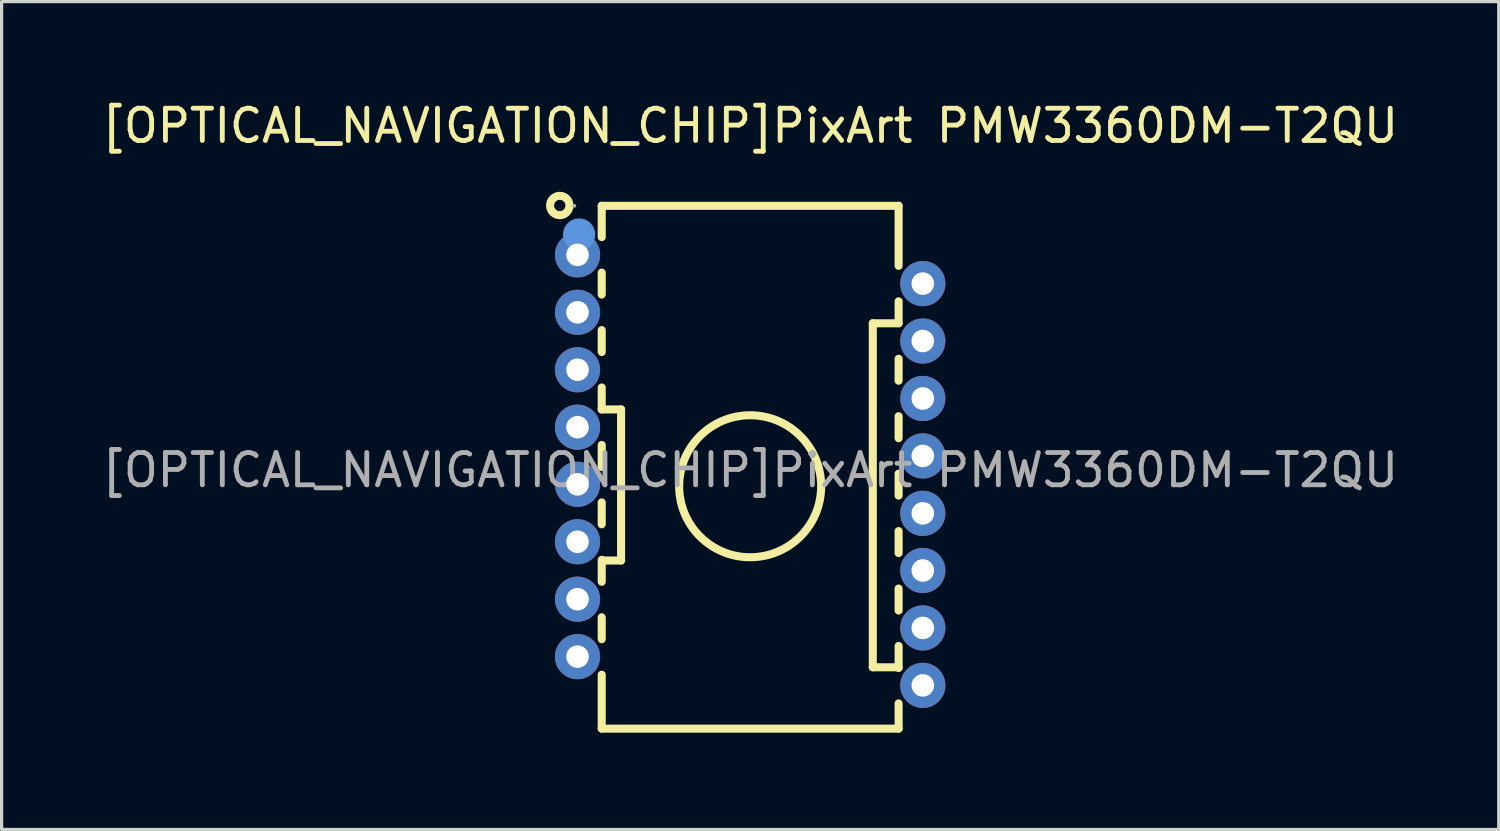
<source format=kicad_pcb>
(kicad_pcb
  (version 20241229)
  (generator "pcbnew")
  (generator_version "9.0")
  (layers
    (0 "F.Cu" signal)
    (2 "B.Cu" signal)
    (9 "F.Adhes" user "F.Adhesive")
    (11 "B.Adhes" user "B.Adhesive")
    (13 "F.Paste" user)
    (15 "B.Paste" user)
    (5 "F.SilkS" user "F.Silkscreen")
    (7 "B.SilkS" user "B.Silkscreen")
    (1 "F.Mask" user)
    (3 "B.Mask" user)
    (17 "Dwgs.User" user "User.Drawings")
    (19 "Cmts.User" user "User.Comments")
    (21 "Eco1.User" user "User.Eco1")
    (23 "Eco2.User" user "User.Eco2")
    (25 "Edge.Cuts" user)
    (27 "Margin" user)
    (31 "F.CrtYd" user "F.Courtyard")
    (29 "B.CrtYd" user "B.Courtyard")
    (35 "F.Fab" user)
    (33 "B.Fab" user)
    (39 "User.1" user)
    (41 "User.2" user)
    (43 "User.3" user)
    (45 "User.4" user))
  (footprint "[OPTICAL_NAVIGATION_CHIP]PixArt PMW3360DM-T2QU"
    (layer "F.Cu")
    (at 20.196 11.518)
    (property "Reference" "[OPTICAL_NAVIGATION_CHIP]PixArt PMW3360DM-T2QU" (at 0 -10.67 0) (layer "F.SilkS") (effects (font (size 1 1) (thickness 0.15))))
    (attr smd)
    (fp_line (start -4.6 -8.19) (end -4.6 -7.22) (stroke (width 0.25) (type solid)) (layer "F.SilkS"))
    (fp_line (start -4.6 -6.12) (end -4.6 -5.44) (stroke (width 0.25) (type solid)) (layer "F.SilkS"))
    (fp_line (start -4.6 -4.34) (end -4.6 -3.66) (stroke (width 0.25) (type solid)) (layer "F.SilkS"))
    (fp_line (start -4.6 -2.56) (end -4.6 -1.88) (stroke (width 0.25) (type solid)) (layer "F.SilkS"))
    (fp_line (start -4.6 -1.88) (end -4 -1.88) (stroke (width 0.25) (type solid)) (layer "F.SilkS"))
    (fp_line (start -4.6 -0.78) (end -4.6 -0.1) (stroke (width 0.25) (type solid)) (layer "F.SilkS"))
    (fp_line (start -4.6 1) (end -4.6 1.68) (stroke (width 0.25) (type solid)) (layer "F.SilkS"))
    (fp_line (start -4.6 2.78) (end -4.6 3.46) (stroke (width 0.25) (type solid)) (layer "F.SilkS"))
    (fp_line (start -4.6 4.56) (end -4.6 5.24) (stroke (width 0.25) (type solid)) (layer "F.SilkS"))
    (fp_line (start -4.6 6.34) (end -4.6 8.01) (stroke (width 0.25) (type solid)) (layer "F.SilkS"))
    (fp_line (start -4.6 8.01) (end 4.6 8.01) (stroke (width 0.25) (type solid)) (layer "F.SilkS"))
    (fp_line (start -4 -1.88) (end -4 2.8) (stroke (width 0.25) (type solid)) (layer "F.SilkS"))
    (fp_line (start -4 2.8) (end -4.58 2.8) (stroke (width 0.25) (type solid)) (layer "F.SilkS"))
    (fp_line (start 3.8 -4.55) (end 3.8 6.11) (stroke (width 0.25) (type solid)) (layer "F.SilkS"))
    (fp_line (start 3.8 6.11) (end 4.6 6.11) (stroke (width 0.25) (type solid)) (layer "F.SilkS"))
    (fp_line (start 4.6 -8.19) (end -4.6 -8.19) (stroke (width 0.25) (type solid)) (layer "F.SilkS"))
    (fp_line (start 4.6 -6.33) (end 4.6 -8.19) (stroke (width 0.25) (type solid)) (layer "F.SilkS"))
    (fp_line (start 4.6 -4.55) (end 3.8 -4.55) (stroke (width 0.25) (type solid)) (layer "F.SilkS"))
    (fp_line (start 4.6 -4.55) (end 4.6 -5.23) (stroke (width 0.25) (type solid)) (layer "F.SilkS"))
    (fp_line (start 4.6 -2.77) (end 4.6 -3.45) (stroke (width 0.25) (type solid)) (layer "F.SilkS"))
    (fp_line (start 4.6 -0.99) (end 4.6 -1.67) (stroke (width 0.25) (type solid)) (layer "F.SilkS"))
    (fp_line (start 4.6 0.79) (end 4.6 0.11) (stroke (width 0.25) (type solid)) (layer "F.SilkS"))
    (fp_line (start 4.6 2.57) (end 4.6 1.89) (stroke (width 0.25) (type solid)) (layer "F.SilkS"))
    (fp_line (start 4.6 4.35) (end 4.6 3.67) (stroke (width 0.25) (type solid)) (layer "F.SilkS"))
    (fp_line (start 4.6 6.13) (end 4.6 5.45) (stroke (width 0.25) (type solid)) (layer "F.SilkS"))
    (fp_line (start 4.6 8.01) (end 4.6 7.23) (stroke (width 0.25) (type solid)) (layer "F.SilkS"))
    (fp_circle (center -5.9 -8.2) (end -5.6 -8.2) (stroke (width 0.25) (type solid)) (fill no) (layer "F.SilkS"))
    (fp_circle (center 0 0.5) (end 2.2 0.5) (stroke (width 0.25) (type solid)) (fill no) (layer "F.SilkS"))
    (fp_circle (center -5.3 -7.3) (end -5.05 -7.3) (stroke (width 0.5) (type solid)) (fill no) (layer "Cmts.User"))
    (fp_circle (center -5.45 -8.19) (end -5.42 -8.19) (stroke (width 0.06) (type solid)) (fill no) (layer "F.Fab"))
    (fp_text user "${REFERENCE}" (at 0 0 0) (layer "F.Fab") (effects (font (size 1 1) (thickness 0.15))))
    (pad "1" thru_hole circle (at -5.35 -6.67) (size 1.4 1.4) (drill 0.7) (layers "*.Cu" "*.Mask"))
    (pad "2" thru_hole circle (at -5.35 -4.89) (size 1.4 1.4) (drill 0.7) (layers "*.Cu" "*.Mask"))
    (pad "3" thru_hole circle (at -5.35 -3.11) (size 1.4 1.4) (drill 0.7) (layers "*.Cu" "*.Mask"))
    (pad "4" thru_hole circle (at -5.35 -1.33) (size 1.4 1.4) (drill 0.7) (layers "*.Cu" "*.Mask"))
    (pad "5" thru_hole circle (at -5.35 0.44) (size 1.4 1.4) (drill 0.7) (layers "*.Cu" "*.Mask"))
    (pad "6" thru_hole circle (at -5.35 2.22) (size 1.4 1.4) (drill 0.7) (layers "*.Cu" "*.Mask"))
    (pad "7" thru_hole circle (at -5.35 4) (size 1.4 1.4) (drill 0.7) (layers "*.Cu" "*.Mask"))
    (pad "8" thru_hole circle (at -5.35 5.78) (size 1.4 1.4) (drill 0.7) (layers "*.Cu" "*.Mask"))
    (pad "9" thru_hole circle (at 5.35 6.67) (size 1.4 1.4) (drill 0.7) (layers "*.Cu" "*.Mask"))
    (pad "10" thru_hole circle (at 5.35 4.89) (size 1.4 1.4) (drill 0.7) (layers "*.Cu" "*.Mask"))
    (pad "11" thru_hole circle (at 5.35 3.11) (size 1.4 1.4) (drill 0.7) (layers "*.Cu" "*.Mask"))
    (pad "12" thru_hole circle (at 5.35 1.34) (size 1.4 1.4) (drill 0.7) (layers "*.Cu" "*.Mask"))
    (pad "13" thru_hole circle (at 5.35 -0.44) (size 1.4 1.4) (drill 0.7) (layers "*.Cu" "*.Mask"))
    (pad "14" thru_hole circle (at 5.35 -2.22) (size 1.4 1.4) (drill 0.7) (layers "*.Cu" "*.Mask"))
    (pad "15" thru_hole circle (at 5.35 -4) (size 1.4 1.4) (drill 0.7) (layers "*.Cu" "*.Mask"))
    (pad "16" thru_hole circle (at 5.35 -5.78) (size 1.4 1.4) (drill 0.7) (layers "*.Cu" "*.Mask")))
  (gr_rect
    (start -3 -3)
    (end 43.393 22.653)
    (stroke (width 0.1) (type default))
    (fill no)
    (layer "Edge.Cuts")))
</source>
